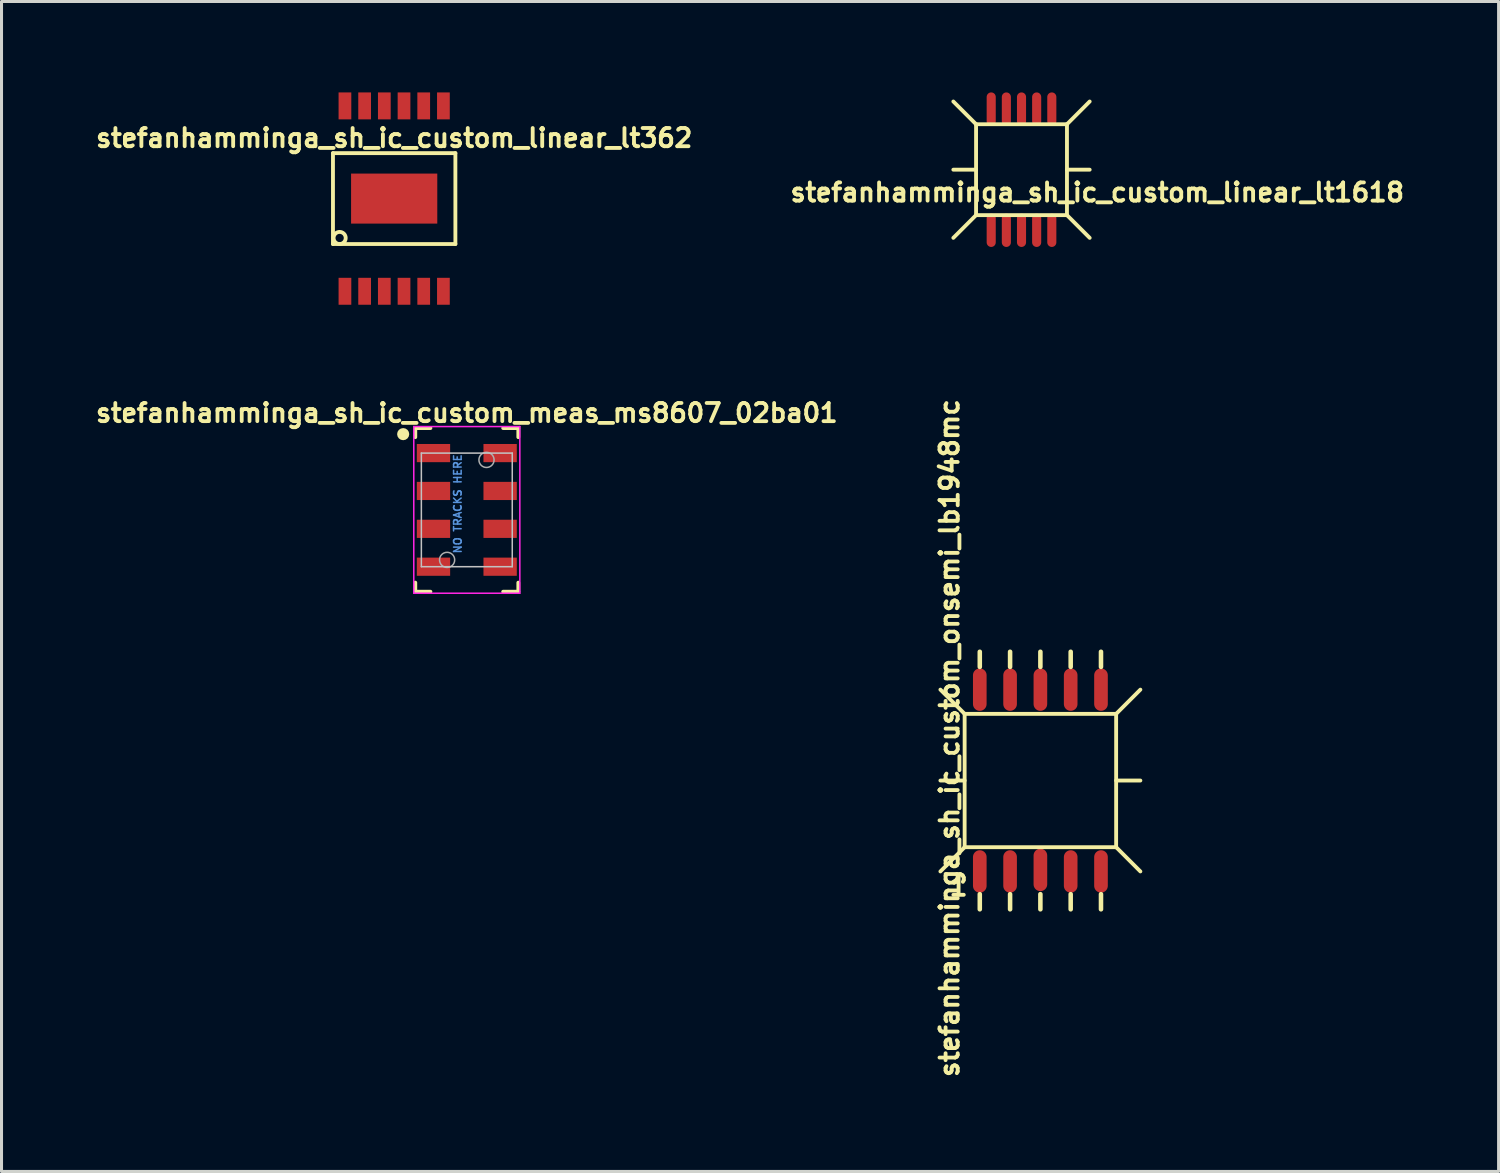
<source format=kicad_pcb>
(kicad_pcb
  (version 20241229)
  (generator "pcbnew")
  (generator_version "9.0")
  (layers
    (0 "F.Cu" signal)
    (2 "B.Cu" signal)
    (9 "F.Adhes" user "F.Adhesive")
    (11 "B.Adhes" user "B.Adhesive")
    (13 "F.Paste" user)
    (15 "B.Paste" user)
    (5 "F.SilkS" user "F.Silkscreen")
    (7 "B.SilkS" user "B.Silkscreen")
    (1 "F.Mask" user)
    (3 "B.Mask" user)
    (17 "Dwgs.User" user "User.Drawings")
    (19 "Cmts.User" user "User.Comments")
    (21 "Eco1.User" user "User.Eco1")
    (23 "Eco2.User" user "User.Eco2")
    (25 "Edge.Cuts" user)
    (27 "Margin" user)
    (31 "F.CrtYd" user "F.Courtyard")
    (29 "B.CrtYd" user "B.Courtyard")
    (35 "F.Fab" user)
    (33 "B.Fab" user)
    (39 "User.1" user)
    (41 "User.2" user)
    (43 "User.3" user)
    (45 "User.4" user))
  (footprint "stefanhamminga_sh_ic_custom_linear_lt362"
    (layer "F.Cu")
    (at 9.959 3.504)
    (property "Reference" "stefanhamminga_sh_ic_custom_linear_lt362" (at 0 -2 0) (layer "F.SilkS") (effects (font (size 0.6 0.6) (thickness 0.127))))
    (attr smd)
    (fp_line (start -2.02 -1.5) (end 2.02 -1.5) (stroke (width 0.127) (type solid)) (layer "F.SilkS"))
    (fp_line (start -2.02 1.5) (end -2.02 -1.5) (stroke (width 0.127) (type solid)) (layer "F.SilkS"))
    (fp_line (start 2.02 -1.5) (end 2.02 1.5) (stroke (width 0.127) (type solid)) (layer "F.SilkS"))
    (fp_line (start 2.02 1.5) (end -2.02 1.5) (stroke (width 0.127) (type solid)) (layer "F.SilkS"))
    (fp_circle (center -1.8 1.3) (end -1.8 1.5) (stroke (width 0.127) (type solid)) (fill no) (layer "F.SilkS"))
    (pad "1" smd rect (at -1.625 3.059) (size 0.42 0.889) (layers "F.Cu" "F.Mask" "F.Paste"))
    (pad "2" smd rect (at -0.975 3.059) (size 0.42 0.889) (layers "F.Cu" "F.Mask" "F.Paste"))
    (pad "3" smd rect (at -0.325 3.059) (size 0.42 0.889) (layers "F.Cu" "F.Mask" "F.Paste"))
    (pad "4" smd rect (at 0.325 3.059) (size 0.42 0.889) (layers "F.Cu" "F.Mask" "F.Paste"))
    (pad "5" smd rect (at 0.975 3.059) (size 0.42 0.889) (layers "F.Cu" "F.Mask" "F.Paste"))
    (pad "6" smd rect (at 1.625 3.059) (size 0.42 0.889) (layers "F.Cu" "F.Mask" "F.Paste"))
    (pad "7" smd rect (at 1.625 -3.059) (size 0.42 0.889) (layers "F.Cu" "F.Mask" "F.Paste"))
    (pad "8" smd rect (at 0.975 -3.059) (size 0.42 0.889) (layers "F.Cu" "F.Mask" "F.Paste"))
    (pad "9" smd rect (at 0.325 -3.059) (size 0.42 0.889) (layers "F.Cu" "F.Mask" "F.Paste"))
    (pad "10" smd rect (at -0.325 -3.059) (size 0.42 0.889) (layers "F.Cu" "F.Mask" "F.Paste"))
    (pad "11" smd rect (at -0.975 -3.059) (size 0.42 0.889) (layers "F.Cu" "F.Mask" "F.Paste"))
    (pad "12" smd rect (at -1.625 -3.059) (size 0.42 0.889) (layers "F.Cu" "F.Mask" "F.Paste"))
    (pad "13" smd rect (at 0 0) (size 2.845 1.651) (layers "F.Cu" "F.Mask" "F.Paste")))
  (footprint "stefanhamminga_sh_ic_custom_onsemi_lb1948mc"
    (layer "F.Cu")
    (at 31.286 22.71)
    (property "Reference" "stefanhamminga_sh_ic_custom_onsemi_lb1948mc" (at -3 -1.4 90) (layer "F.SilkS") (effects (font (size 0.6 0.6) (thickness 0.127))))
    (attr smd)
    (fp_line (start -2.5 -2.2) (end -3.3 -3) (stroke (width 0.127) (type solid)) (layer "F.SilkS"))
    (fp_line (start -2.5 -2.2) (end 2.5 -2.2) (stroke (width 0.127) (type solid)) (layer "F.SilkS"))
    (fp_line (start -2.5 0) (end -3.3 0) (stroke (width 0.127) (type solid)) (layer "F.SilkS"))
    (fp_line (start -2.5 2.2) (end -3.3 3) (stroke (width 0.127) (type solid)) (layer "F.SilkS"))
    (fp_line (start -2.5 2.2) (end -2.5 -2.2) (stroke (width 0.127) (type solid)) (layer "F.SilkS"))
    (fp_line (start -2 -3.75) (end -2 -4.25) (stroke (width 0.15) (type solid)) (layer "F.SilkS"))
    (fp_line (start -2 3.75) (end -2 4.25) (stroke (width 0.15) (type solid)) (layer "F.SilkS"))
    (fp_line (start -1 -3.75) (end -1 -4.25) (stroke (width 0.15) (type solid)) (layer "F.SilkS"))
    (fp_line (start -1 3.75) (end -1 4.25) (stroke (width 0.15) (type solid)) (layer "F.SilkS"))
    (fp_line (start 0 -3.75) (end 0 -4.25) (stroke (width 0.15) (type solid)) (layer "F.SilkS"))
    (fp_line (start 0 3.75) (end 0 4.25) (stroke (width 0.15) (type solid)) (layer "F.SilkS"))
    (fp_line (start 1 -3.75) (end 1 -4.25) (stroke (width 0.15) (type solid)) (layer "F.SilkS"))
    (fp_line (start 1 3.75) (end 1 4.25) (stroke (width 0.15) (type solid)) (layer "F.SilkS"))
    (fp_line (start 2 -3.75) (end 2 -4.25) (stroke (width 0.15) (type solid)) (layer "F.SilkS"))
    (fp_line (start 2 3.75) (end 2 4.25) (stroke (width 0.15) (type solid)) (layer "F.SilkS"))
    (fp_line (start 2.5 -2.2) (end 2.5 2.2) (stroke (width 0.127) (type solid)) (layer "F.SilkS"))
    (fp_line (start 2.5 -2.2) (end 3.3 -3) (stroke (width 0.127) (type solid)) (layer "F.SilkS"))
    (fp_line (start 2.5 0) (end 3.3 0) (stroke (width 0.127) (type solid)) (layer "F.SilkS"))
    (fp_line (start 2.5 2.2) (end -2.5 2.2) (stroke (width 0.127) (type solid)) (layer "F.SilkS"))
    (fp_line (start 2.5 2.2) (end 3.3 3) (stroke (width 0.127) (type solid)) (layer "F.SilkS"))
    (fp_text user "1" (at -2.7 3.5 0) (layer "F.SilkS") (effects (font (size 0.6 0.6) (thickness 0.127))))
    (pad "1" smd oval (at -2 3) (size 0.45 1.4) (layers "F.Cu" "F.Mask" "F.Paste"))
    (pad "2" smd oval (at -1 3) (size 0.45 1.4) (layers "F.Cu" "F.Mask" "F.Paste"))
    (pad "3" smd oval (at 0 2.95) (size 0.45 1.4) (layers "F.Cu" "F.Mask" "F.Paste"))
    (pad "4" smd oval (at 1 3) (size 0.45 1.4) (layers "F.Cu" "F.Mask" "F.Paste"))
    (pad "5" smd oval (at 2 3) (size 0.45 1.4) (layers "F.Cu" "F.Mask" "F.Paste"))
    (pad "6" smd oval (at 2 -3 180) (size 0.45 1.4) (layers "F.Cu" "F.Mask" "F.Paste"))
    (pad "7" smd oval (at 1 -3 180) (size 0.45 1.4) (layers "F.Cu" "F.Mask" "F.Paste"))
    (pad "8" smd oval (at 0 -3 180) (size 0.45 1.4) (layers "F.Cu" "F.Mask" "F.Paste"))
    (pad "9" smd oval (at -1 -3 180) (size 0.45 1.4) (layers "F.Cu" "F.Mask" "F.Paste"))
    (pad "10" smd oval (at -2 -3 180) (size 0.45 1.4) (layers "F.Cu" "F.Mask" "F.Paste")))
  (footprint "stefanhamminga_sh_ic_custom_meas_ms8607_02ba01"
    (layer "F.Cu")
    (at 12.356 13.778)
    (property "Reference" "stefanhamminga_sh_ic_custom_meas_ms8607_02ba01" (at 0 -3.2 0) (layer "F.SilkS") (effects (font (size 0.6 0.6) (thickness 0.125))))
    (attr smd)
    (fp_line (start -1.7 -2.7) (end -1.7 -2.4) (stroke (width 0.125) (type solid)) (layer "F.SilkS"))
    (fp_line (start -1.7 -2.7) (end -1.2 -2.7) (stroke (width 0.125) (type solid)) (layer "F.SilkS"))
    (fp_line (start -1.7 2.7) (end -1.7 2.4) (stroke (width 0.125) (type solid)) (layer "F.SilkS"))
    (fp_line (start -1.7 2.7) (end -1.2 2.7) (stroke (width 0.125) (type solid)) (layer "F.SilkS"))
    (fp_line (start 1.7 -2.7) (end 1.2 -2.7) (stroke (width 0.125) (type solid)) (layer "F.SilkS"))
    (fp_line (start 1.7 -2.7) (end 1.7 -2.4) (stroke (width 0.125) (type solid)) (layer "F.SilkS"))
    (fp_line (start 1.7 2.7) (end 1.2 2.7) (stroke (width 0.125) (type solid)) (layer "F.SilkS"))
    (fp_line (start 1.7 2.7) (end 1.7 2.4) (stroke (width 0.125) (type solid)) (layer "F.SilkS"))
    (fp_circle (center -2.1 -2.5) (end -2.2 -2.5) (stroke (width 0.2) (type solid)) (fill no) (layer "F.SilkS"))
    (fp_line (start -1.5 -1.875) (end -1.5 1.875) (stroke (width 0.05) (type solid)) (layer "Dwgs.User"))
    (fp_line (start -1.5 1.875) (end 1.5 1.875) (stroke (width 0.05) (type solid)) (layer "Dwgs.User"))
    (fp_line (start 1.5 -1.875) (end -1.5 -1.875) (stroke (width 0.05) (type solid)) (layer "Dwgs.User"))
    (fp_line (start 1.5 1.875) (end 1.5 -1.875) (stroke (width 0.05) (type solid)) (layer "Dwgs.User"))
    (fp_line (start -1.75 -2.75) (end 1.75 -2.75) (stroke (width 0.05) (type solid)) (layer "F.CrtYd"))
    (fp_line (start -1.75 2.75) (end -1.75 -2.75) (stroke (width 0.05) (type solid)) (layer "F.CrtYd"))
    (fp_line (start 1.75 -2.75) (end 1.75 2.75) (stroke (width 0.05) (type solid)) (layer "F.CrtYd"))
    (fp_line (start 1.75 2.75) (end -1.75 2.75) (stroke (width 0.05) (type solid)) (layer "F.CrtYd"))
    (fp_circle (center -0.65 1.65) (end -0.65 1.9) (stroke (width 0.05) (type solid)) (fill no) (layer "F.Fab"))
    (fp_circle (center 0.65 -1.65) (end 0.65 -1.9) (stroke (width 0.05) (type solid)) (fill no) (layer "F.Fab"))
    (fp_text user "NO TRACKS HERE" (at -0.3 -0.2 90) (layer "Cmts.User") (effects (font (size 0.25 0.25) (thickness 0.05))))
    (pad "1" smd rect (at -1.1 -1.875) (size 1.1 0.6) (layers "F.Cu" "F.Mask" "F.Paste"))
    (pad "2" smd rect (at -1.1 -0.625) (size 1.1 0.6) (layers "F.Cu" "F.Mask" "F.Paste"))
    (pad "3" smd rect (at -1.1 0.625) (size 1.1 0.6) (layers "F.Cu" "F.Mask" "F.Paste"))
    (pad "4" smd rect (at -1.1 1.875) (size 1.1 0.6) (layers "F.Cu" "F.Mask" "F.Paste"))
    (pad "5" smd rect (at 1.1 1.875) (size 1.1 0.6) (layers "F.Cu" "F.Mask" "F.Paste"))
    (pad "6" smd rect (at 1.1 0.625) (size 1.1 0.6) (layers "F.Cu" "F.Mask" "F.Paste"))
    (pad "7" smd rect (at 1.1 -0.625) (size 1.1 0.6) (layers "F.Cu" "F.Mask" "F.Paste"))
    (pad "8" smd rect (at 1.1 -1.875) (size 1.1 0.6) (layers "F.Cu" "F.Mask" "F.Paste")))
  (footprint "stefanhamminga_sh_ic_custom_linear_lt1618"
    (layer "F.Cu")
    (at 30.663 2.55)
    (property "Reference" "stefanhamminga_sh_ic_custom_linear_lt1618" (at 2.5 0.75 180) (layer "F.SilkS") (effects (font (size 0.6 0.6) (thickness 0.127))))
    (attr smd)
    (fp_line (start -1.5 -1.5) (end -2.25 -2.25) (stroke (width 0.127) (type solid)) (layer "F.SilkS"))
    (fp_line (start -1.5 -1.5) (end 1.5 -1.5) (stroke (width 0.127) (type solid)) (layer "F.SilkS"))
    (fp_line (start -1.5 0) (end -2.25 0) (stroke (width 0.127) (type solid)) (layer "F.SilkS"))
    (fp_line (start -1.5 1.5) (end -2.25 2.25) (stroke (width 0.127) (type solid)) (layer "F.SilkS"))
    (fp_line (start -1.5 1.5) (end -1.5 -1.5) (stroke (width 0.127) (type solid)) (layer "F.SilkS"))
    (fp_line (start 1.5 -1.5) (end 1.5 1.5) (stroke (width 0.127) (type solid)) (layer "F.SilkS"))
    (fp_line (start 1.5 -1.5) (end 2.25 -2.25) (stroke (width 0.127) (type solid)) (layer "F.SilkS"))
    (fp_line (start 1.5 0) (end 2.25 0) (stroke (width 0.127) (type solid)) (layer "F.SilkS"))
    (fp_line (start 1.5 1.5) (end -1.5 1.5) (stroke (width 0.127) (type solid)) (layer "F.SilkS"))
    (fp_line (start 1.5 1.5) (end 2.25 2.25) (stroke (width 0.127) (type solid)) (layer "F.SilkS"))
    (pad "1" smd oval (at -1 2) (size 0.3 1.1) (layers "F.Cu" "F.Mask" "F.Paste"))
    (pad "2" smd oval (at -0.5 2) (size 0.3 1.1) (layers "F.Cu" "F.Mask" "F.Paste"))
    (pad "3" smd oval (at 0 2) (size 0.3 1.1) (layers "F.Cu" "F.Mask" "F.Paste"))
    (pad "4" smd oval (at 0.5 2) (size 0.3 1.1) (layers "F.Cu" "F.Mask" "F.Paste"))
    (pad "5" smd oval (at 1 2) (size 0.3 1.1) (layers "F.Cu" "F.Mask" "F.Paste"))
    (pad "6" smd oval (at 1 -2) (size 0.3 1.1) (layers "F.Cu" "F.Mask" "F.Paste"))
    (pad "7" smd oval (at 0.5 -2) (size 0.3 1.1) (layers "F.Cu" "F.Mask" "F.Paste"))
    (pad "8" smd oval (at 0 -2) (size 0.3 1.1) (layers "F.Cu" "F.Mask" "F.Paste"))
    (pad "9" smd oval (at -0.5 -2) (size 0.3 1.1) (layers "F.Cu" "F.Mask" "F.Paste"))
    (pad "10" smd oval (at -1 -2) (size 0.3 1.1) (layers "F.Cu" "F.Mask" "F.Paste")))
  (gr_rect
    (start -3 -3)
    (end 46.408 35.612)
    (stroke (width 0.1) (type default))
    (fill no)
    (layer "Edge.Cuts")))
</source>
